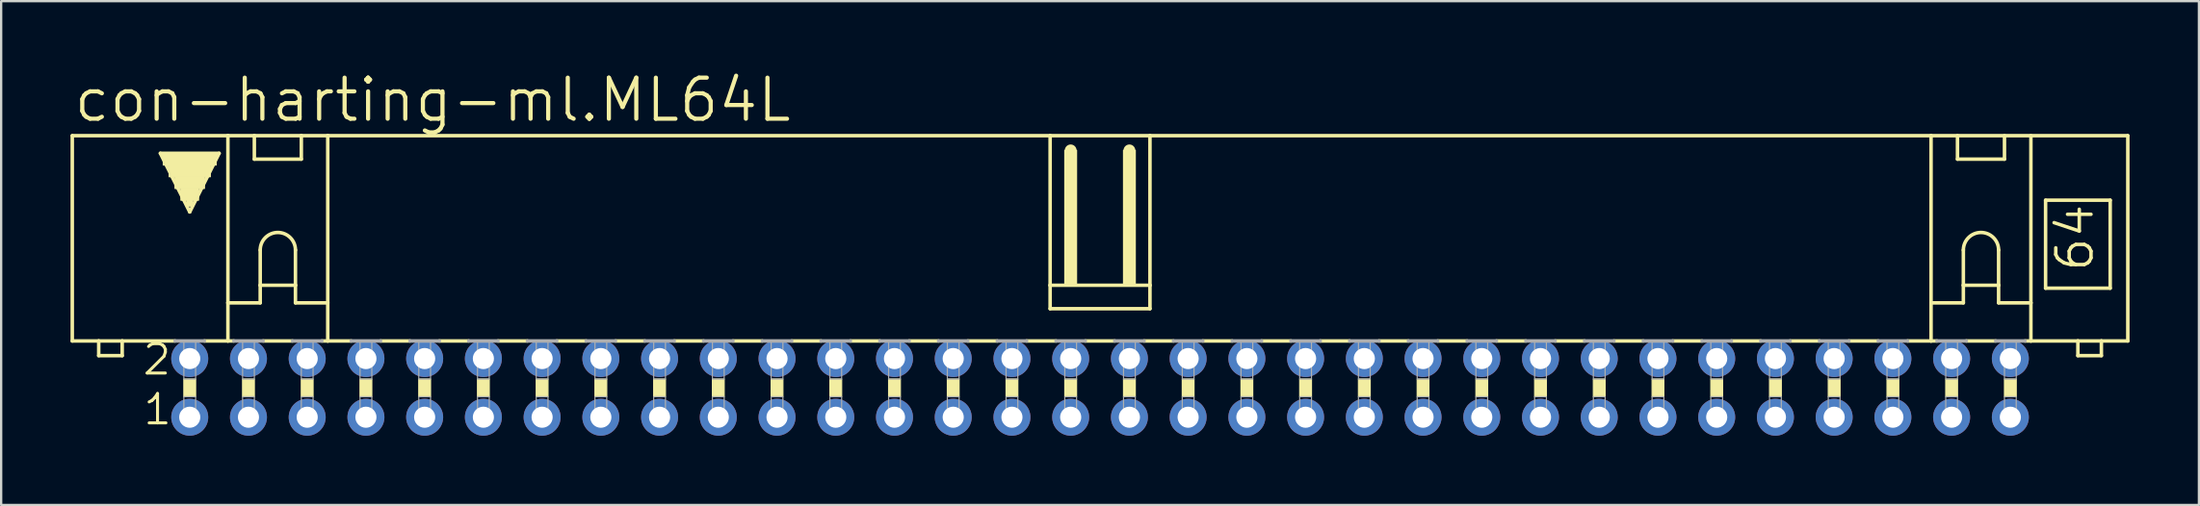
<source format=kicad_pcb>
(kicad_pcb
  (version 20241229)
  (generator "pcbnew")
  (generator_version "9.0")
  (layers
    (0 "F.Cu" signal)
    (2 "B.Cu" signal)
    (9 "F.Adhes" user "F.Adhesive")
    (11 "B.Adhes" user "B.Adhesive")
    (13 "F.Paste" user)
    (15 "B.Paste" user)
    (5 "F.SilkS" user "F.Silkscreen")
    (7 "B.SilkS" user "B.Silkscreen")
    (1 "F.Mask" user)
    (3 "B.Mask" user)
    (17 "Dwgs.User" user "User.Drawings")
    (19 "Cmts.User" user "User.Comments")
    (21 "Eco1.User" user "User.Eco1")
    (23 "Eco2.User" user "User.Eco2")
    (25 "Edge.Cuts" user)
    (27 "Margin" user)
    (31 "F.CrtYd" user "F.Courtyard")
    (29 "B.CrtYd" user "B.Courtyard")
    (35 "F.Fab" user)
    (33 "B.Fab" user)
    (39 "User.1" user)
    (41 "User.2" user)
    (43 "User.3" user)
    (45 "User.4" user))
  (footprint "con-harting-ml.ML64L"
    (layer "F.Cu")
    (at 44.526 13.748)
    (property "Reference" "con-harting-ml.ML64L" (at -44.475 -11.43 0) (layer "F.SilkS") (effects (font (size 1.778 1.778) (thickness 0.18)) (justify left bottom)))
    (attr through_hole)
    (fp_line (start -44.45 -2.032) (end -44.45 -10.922) (stroke (width 0.152) (type default)) (layer "F.SilkS"))
    (fp_line (start -44.45 -2.032) (end -43.307 -2.032) (stroke (width 0.152) (type default)) (layer "F.SilkS"))
    (fp_line (start -43.307 -2.032) (end -43.307 -1.397) (stroke (width 0.152) (type default)) (layer "F.SilkS"))
    (fp_line (start -43.307 -2.032) (end -42.291 -2.032) (stroke (width 0.152) (type default)) (layer "F.SilkS"))
    (fp_line (start -42.291 -2.032) (end -40.005 -2.032) (stroke (width 0.152) (type default)) (layer "F.SilkS"))
    (fp_line (start -42.291 -1.397) (end -43.307 -1.397) (stroke (width 0.152) (type default)) (layer "F.SilkS"))
    (fp_line (start -42.291 -1.397) (end -42.291 -2.032) (stroke (width 0.152) (type default)) (layer "F.SilkS"))
    (fp_line (start -40.64 -10.16) (end -38.1 -10.16) (stroke (width 0.152) (type default)) (layer "F.SilkS"))
    (fp_line (start -39.37 -7.62) (end -40.64 -10.16) (stroke (width 0.152) (type default)) (layer "F.SilkS"))
    (fp_line (start -38.735 -2.032) (end -37.719 -2.032) (stroke (width 0.152) (type default)) (layer "F.SilkS"))
    (fp_line (start -38.1 -10.16) (end -39.37 -7.62) (stroke (width 0.152) (type default)) (layer "F.SilkS"))
    (fp_line (start -37.719 -10.922) (end -44.45 -10.922) (stroke (width 0.152) (type default)) (layer "F.SilkS"))
    (fp_line (start -37.719 -10.922) (end -36.576 -10.922) (stroke (width 0.152) (type default)) (layer "F.SilkS"))
    (fp_line (start -37.719 -3.683) (end -37.719 -10.922) (stroke (width 0.152) (type default)) (layer "F.SilkS"))
    (fp_line (start -37.719 -3.683) (end -37.719 -2.032) (stroke (width 0.152) (type default)) (layer "F.SilkS"))
    (fp_line (start -37.719 -3.683) (end -36.322 -3.683) (stroke (width 0.152) (type default)) (layer "F.SilkS"))
    (fp_line (start -37.719 -2.032) (end -37.465 -2.032) (stroke (width 0.152) (type default)) (layer "F.SilkS"))
    (fp_line (start -36.576 -10.922) (end -34.544 -10.922) (stroke (width 0.152) (type default)) (layer "F.SilkS"))
    (fp_line (start -36.576 -9.906) (end -36.576 -10.922) (stroke (width 0.152) (type default)) (layer "F.SilkS"))
    (fp_line (start -36.576 -9.906) (end -34.544 -9.906) (stroke (width 0.152) (type default)) (layer "F.SilkS"))
    (fp_line (start -36.322 -5.969) (end -36.322 -4.445) (stroke (width 0.152) (type default)) (layer "F.SilkS"))
    (fp_line (start -36.322 -4.445) (end -36.322 -3.683) (stroke (width 0.152) (type default)) (layer "F.SilkS"))
    (fp_line (start -36.322 -4.445) (end -34.798 -4.445) (stroke (width 0.152) (type default)) (layer "F.SilkS"))
    (fp_line (start -36.195 -2.032) (end -34.925 -2.032) (stroke (width 0.152) (type default)) (layer "F.SilkS"))
    (fp_line (start -34.798 -5.969) (end -34.798 -4.445) (stroke (width 0.152) (type default)) (layer "F.SilkS"))
    (fp_line (start -34.798 -4.445) (end -34.798 -3.683) (stroke (width 0.152) (type default)) (layer "F.SilkS"))
    (fp_line (start -34.798 -3.683) (end -33.401 -3.683) (stroke (width 0.152) (type default)) (layer "F.SilkS"))
    (fp_line (start -34.544 -10.922) (end -34.544 -9.906) (stroke (width 0.152) (type default)) (layer "F.SilkS"))
    (fp_line (start -34.544 -10.922) (end -33.401 -10.922) (stroke (width 0.152) (type default)) (layer "F.SilkS"))
    (fp_line (start -33.401 -10.922) (end -2.159 -10.922) (stroke (width 0.152) (type default)) (layer "F.SilkS"))
    (fp_line (start -33.401 -3.683) (end -33.401 -10.922) (stroke (width 0.152) (type default)) (layer "F.SilkS"))
    (fp_line (start -33.401 -3.683) (end -33.401 -2.032) (stroke (width 0.152) (type default)) (layer "F.SilkS"))
    (fp_line (start -33.401 -2.032) (end -33.655 -2.032) (stroke (width 0.152) (type default)) (layer "F.SilkS"))
    (fp_line (start -33.401 -2.032) (end -32.385 -2.032) (stroke (width 0.152) (type default)) (layer "F.SilkS"))
    (fp_line (start -31.115 -2.032) (end -29.845 -2.032) (stroke (width 0.152) (type default)) (layer "F.SilkS"))
    (fp_line (start -28.575 -2.032) (end -27.305 -2.032) (stroke (width 0.152) (type default)) (layer "F.SilkS"))
    (fp_line (start -26.035 -2.032) (end -24.765 -2.032) (stroke (width 0.152) (type default)) (layer "F.SilkS"))
    (fp_line (start -23.495 -2.032) (end -22.225 -2.032) (stroke (width 0.152) (type default)) (layer "F.SilkS"))
    (fp_line (start -20.955 -2.032) (end -19.685 -2.032) (stroke (width 0.152) (type default)) (layer "F.SilkS"))
    (fp_line (start -18.415 -2.032) (end -17.145 -2.032) (stroke (width 0.152) (type default)) (layer "F.SilkS"))
    (fp_line (start -15.875 -2.032) (end -14.605 -2.032) (stroke (width 0.152) (type default)) (layer "F.SilkS"))
    (fp_line (start -13.335 -2.032) (end -12.065 -2.032) (stroke (width 0.152) (type default)) (layer "F.SilkS"))
    (fp_line (start -10.795 -2.032) (end -9.525 -2.032) (stroke (width 0.152) (type default)) (layer "F.SilkS"))
    (fp_line (start -8.255 -2.032) (end -6.985 -2.032) (stroke (width 0.152) (type default)) (layer "F.SilkS"))
    (fp_line (start -5.715 -2.032) (end -4.445 -2.032) (stroke (width 0.152) (type default)) (layer "F.SilkS"))
    (fp_line (start -3.175 -2.032) (end -1.905 -2.032) (stroke (width 0.152) (type default)) (layer "F.SilkS"))
    (fp_line (start -2.159 -10.922) (end -2.159 -4.445) (stroke (width 0.152) (type default)) (layer "F.SilkS"))
    (fp_line (start -2.159 -10.922) (end 2.159 -10.922) (stroke (width 0.152) (type default)) (layer "F.SilkS"))
    (fp_line (start -2.159 -4.445) (end -2.159 -3.429) (stroke (width 0.152) (type default)) (layer "F.SilkS"))
    (fp_line (start -1.27 -10.033) (end -1.27 -10.287) (stroke (width 0.508) (type default)) (layer "F.SilkS"))
    (fp_line (start -0.635 -2.032) (end 0.635 -2.032) (stroke (width 0.152) (type default)) (layer "F.SilkS"))
    (fp_line (start 1.27 -10.033) (end 1.27 -10.287) (stroke (width 0.508) (type default)) (layer "F.SilkS"))
    (fp_line (start 1.905 -2.032) (end 3.175 -2.032) (stroke (width 0.152) (type default)) (layer "F.SilkS"))
    (fp_line (start 2.159 -10.922) (end 2.159 -4.445) (stroke (width 0.152) (type default)) (layer "F.SilkS"))
    (fp_line (start 2.159 -10.922) (end 35.941 -10.922) (stroke (width 0.152) (type default)) (layer "F.SilkS"))
    (fp_line (start 2.159 -4.445) (end -2.159 -4.445) (stroke (width 0.152) (type default)) (layer "F.SilkS"))
    (fp_line (start 2.159 -4.445) (end 2.159 -3.429) (stroke (width 0.152) (type default)) (layer "F.SilkS"))
    (fp_line (start 2.159 -3.429) (end -2.159 -3.429) (stroke (width 0.152) (type default)) (layer "F.SilkS"))
    (fp_line (start 4.445 -2.032) (end 5.715 -2.032) (stroke (width 0.152) (type default)) (layer "F.SilkS"))
    (fp_line (start 6.985 -2.032) (end 8.255 -2.032) (stroke (width 0.152) (type default)) (layer "F.SilkS"))
    (fp_line (start 9.525 -2.032) (end 10.795 -2.032) (stroke (width 0.152) (type default)) (layer "F.SilkS"))
    (fp_line (start 12.065 -2.032) (end 13.335 -2.032) (stroke (width 0.152) (type default)) (layer "F.SilkS"))
    (fp_line (start 14.605 -2.032) (end 15.875 -2.032) (stroke (width 0.152) (type default)) (layer "F.SilkS"))
    (fp_line (start 17.145 -2.032) (end 18.415 -2.032) (stroke (width 0.152) (type default)) (layer "F.SilkS"))
    (fp_line (start 19.685 -2.032) (end 20.955 -2.032) (stroke (width 0.152) (type default)) (layer "F.SilkS"))
    (fp_line (start 22.225 -2.032) (end 23.495 -2.032) (stroke (width 0.152) (type default)) (layer "F.SilkS"))
    (fp_line (start 24.765 -2.032) (end 26.035 -2.032) (stroke (width 0.152) (type default)) (layer "F.SilkS"))
    (fp_line (start 27.305 -2.032) (end 28.575 -2.032) (stroke (width 0.152) (type default)) (layer "F.SilkS"))
    (fp_line (start 29.845 -2.032) (end 31.115 -2.032) (stroke (width 0.152) (type default)) (layer "F.SilkS"))
    (fp_line (start 32.385 -2.032) (end 33.655 -2.032) (stroke (width 0.152) (type default)) (layer "F.SilkS"))
    (fp_line (start 34.925 -2.032) (end 35.941 -2.032) (stroke (width 0.152) (type default)) (layer "F.SilkS"))
    (fp_line (start 35.941 -10.922) (end 44.45 -10.922) (stroke (width 0.152) (type default)) (layer "F.SilkS"))
    (fp_line (start 35.941 -3.683) (end 35.941 -10.922) (stroke (width 0.152) (type default)) (layer "F.SilkS"))
    (fp_line (start 35.941 -3.683) (end 35.941 -2.032) (stroke (width 0.152) (type default)) (layer "F.SilkS"))
    (fp_line (start 35.941 -3.683) (end 37.338 -3.683) (stroke (width 0.152) (type default)) (layer "F.SilkS"))
    (fp_line (start 35.941 -2.032) (end 36.195 -2.032) (stroke (width 0.152) (type default)) (layer "F.SilkS"))
    (fp_line (start 37.084 -9.906) (end 37.084 -10.922) (stroke (width 0.152) (type default)) (layer "F.SilkS"))
    (fp_line (start 37.084 -9.906) (end 39.116 -9.906) (stroke (width 0.152) (type default)) (layer "F.SilkS"))
    (fp_line (start 37.338 -5.969) (end 37.338 -4.445) (stroke (width 0.152) (type default)) (layer "F.SilkS"))
    (fp_line (start 37.338 -4.445) (end 37.338 -3.683) (stroke (width 0.152) (type default)) (layer "F.SilkS"))
    (fp_line (start 37.338 -4.445) (end 38.862 -4.445) (stroke (width 0.152) (type default)) (layer "F.SilkS"))
    (fp_line (start 37.465 -2.032) (end 38.735 -2.032) (stroke (width 0.152) (type default)) (layer "F.SilkS"))
    (fp_line (start 38.862 -5.969) (end 38.862 -4.445) (stroke (width 0.152) (type default)) (layer "F.SilkS"))
    (fp_line (start 38.862 -4.445) (end 38.862 -3.683) (stroke (width 0.152) (type default)) (layer "F.SilkS"))
    (fp_line (start 38.862 -3.683) (end 40.259 -3.683) (stroke (width 0.152) (type default)) (layer "F.SilkS"))
    (fp_line (start 39.116 -10.922) (end 39.116 -9.906) (stroke (width 0.152) (type default)) (layer "F.SilkS"))
    (fp_line (start 40.259 -3.683) (end 40.259 -10.922) (stroke (width 0.152) (type default)) (layer "F.SilkS"))
    (fp_line (start 40.259 -3.683) (end 40.259 -2.032) (stroke (width 0.152) (type default)) (layer "F.SilkS"))
    (fp_line (start 40.259 -2.032) (end 40.005 -2.032) (stroke (width 0.152) (type default)) (layer "F.SilkS"))
    (fp_line (start 40.894 -8.128) (end 40.894 -4.318) (stroke (width 0.152) (type default)) (layer "F.SilkS"))
    (fp_line (start 40.894 -8.128) (end 43.688 -8.128) (stroke (width 0.152) (type default)) (layer "F.SilkS"))
    (fp_line (start 40.894 -4.318) (end 43.688 -4.318) (stroke (width 0.152) (type default)) (layer "F.SilkS"))
    (fp_line (start 42.291 -2.032) (end 40.259 -2.032) (stroke (width 0.152) (type default)) (layer "F.SilkS"))
    (fp_line (start 42.291 -2.032) (end 42.291 -1.397) (stroke (width 0.152) (type default)) (layer "F.SilkS"))
    (fp_line (start 43.307 -2.032) (end 42.291 -2.032) (stroke (width 0.152) (type default)) (layer "F.SilkS"))
    (fp_line (start 43.307 -1.397) (end 42.291 -1.397) (stroke (width 0.152) (type default)) (layer "F.SilkS"))
    (fp_line (start 43.307 -1.397) (end 43.307 -2.032) (stroke (width 0.152) (type default)) (layer "F.SilkS"))
    (fp_line (start 43.688 -4.318) (end 43.688 -8.128) (stroke (width 0.152) (type default)) (layer "F.SilkS"))
    (fp_line (start 44.45 -2.032) (end 43.307 -2.032) (stroke (width 0.152) (type default)) (layer "F.SilkS"))
    (fp_line (start 44.45 -2.032) (end 44.45 -10.922) (stroke (width 0.152) (type default)) (layer "F.SilkS"))
    (fp_rect (start -40.513 -9.652) (end -38.227 -10.16) (stroke (width 0.05) (type default)) (fill yes) (layer "F.SilkS"))
    (fp_rect (start -40.259 -9.144) (end -38.481 -9.652) (stroke (width 0.05) (type default)) (fill yes) (layer "F.SilkS"))
    (fp_rect (start -40.005 -8.636) (end -38.735 -9.144) (stroke (width 0.05) (type default)) (fill yes) (layer "F.SilkS"))
    (fp_rect (start -39.751 -8.128) (end -38.989 -8.636) (stroke (width 0.05) (type default)) (fill yes) (layer "F.SilkS"))
    (fp_rect (start -39.624 0.381) (end -39.116 -0.381) (stroke (width 0.05) (type default)) (fill yes) (layer "F.SilkS"))
    (fp_rect (start -39.497 -7.874) (end -39.243 -8.128) (stroke (width 0.05) (type default)) (fill yes) (layer "F.SilkS"))
    (fp_rect (start -37.084 0.381) (end -36.576 -0.381) (stroke (width 0.05) (type default)) (fill yes) (layer "F.SilkS"))
    (fp_rect (start -34.544 0.381) (end -34.036 -0.381) (stroke (width 0.05) (type default)) (fill yes) (layer "F.SilkS"))
    (fp_rect (start -32.004 0.381) (end -31.496 -0.381) (stroke (width 0.05) (type default)) (fill yes) (layer "F.SilkS"))
    (fp_rect (start -29.464 0.381) (end -28.956 -0.381) (stroke (width 0.05) (type default)) (fill yes) (layer "F.SilkS"))
    (fp_rect (start -26.924 0.381) (end -26.416 -0.381) (stroke (width 0.05) (type default)) (fill yes) (layer "F.SilkS"))
    (fp_rect (start -24.384 0.381) (end -23.876 -0.381) (stroke (width 0.05) (type default)) (fill yes) (layer "F.SilkS"))
    (fp_rect (start -21.844 0.381) (end -21.336 -0.381) (stroke (width 0.05) (type default)) (fill yes) (layer "F.SilkS"))
    (fp_rect (start -19.304 0.381) (end -18.796 -0.381) (stroke (width 0.05) (type default)) (fill yes) (layer "F.SilkS"))
    (fp_rect (start -16.764 0.381) (end -16.256 -0.381) (stroke (width 0.05) (type default)) (fill yes) (layer "F.SilkS"))
    (fp_rect (start -14.224 0.381) (end -13.716 -0.381) (stroke (width 0.05) (type default)) (fill yes) (layer "F.SilkS"))
    (fp_rect (start -11.684 0.381) (end -11.176 -0.381) (stroke (width 0.05) (type default)) (fill yes) (layer "F.SilkS"))
    (fp_rect (start -9.144 0.381) (end -8.636 -0.381) (stroke (width 0.05) (type default)) (fill yes) (layer "F.SilkS"))
    (fp_rect (start -6.604 0.381) (end -6.096 -0.381) (stroke (width 0.05) (type default)) (fill yes) (layer "F.SilkS"))
    (fp_rect (start -4.064 0.381) (end -3.556 -0.381) (stroke (width 0.05) (type default)) (fill yes) (layer "F.SilkS"))
    (fp_rect (start -1.524 -4.445) (end -1.016 -10.287) (stroke (width 0.05) (type default)) (fill yes) (layer "F.SilkS"))
    (fp_rect (start -1.524 0.381) (end -1.016 -0.381) (stroke (width 0.05) (type default)) (fill yes) (layer "F.SilkS"))
    (fp_rect (start 1.016 -4.445) (end 1.524 -10.287) (stroke (width 0.05) (type default)) (fill yes) (layer "F.SilkS"))
    (fp_rect (start 1.016 0.381) (end 1.524 -0.381) (stroke (width 0.05) (type default)) (fill yes) (layer "F.SilkS"))
    (fp_rect (start 3.556 0.381) (end 4.064 -0.381) (stroke (width 0.05) (type default)) (fill yes) (layer "F.SilkS"))
    (fp_rect (start 6.096 0.381) (end 6.604 -0.381) (stroke (width 0.05) (type default)) (fill yes) (layer "F.SilkS"))
    (fp_rect (start 8.636 0.381) (end 9.144 -0.381) (stroke (width 0.05) (type default)) (fill yes) (layer "F.SilkS"))
    (fp_rect (start 11.176 0.381) (end 11.684 -0.381) (stroke (width 0.05) (type default)) (fill yes) (layer "F.SilkS"))
    (fp_rect (start 13.716 0.381) (end 14.224 -0.381) (stroke (width 0.05) (type default)) (fill yes) (layer "F.SilkS"))
    (fp_rect (start 16.256 0.381) (end 16.764 -0.381) (stroke (width 0.05) (type default)) (fill yes) (layer "F.SilkS"))
    (fp_rect (start 18.796 0.381) (end 19.304 -0.381) (stroke (width 0.05) (type default)) (fill yes) (layer "F.SilkS"))
    (fp_rect (start 21.336 0.381) (end 21.844 -0.381) (stroke (width 0.05) (type default)) (fill yes) (layer "F.SilkS"))
    (fp_rect (start 23.876 0.381) (end 24.384 -0.381) (stroke (width 0.05) (type default)) (fill yes) (layer "F.SilkS"))
    (fp_rect (start 26.416 0.381) (end 26.924 -0.381) (stroke (width 0.05) (type default)) (fill yes) (layer "F.SilkS"))
    (fp_rect (start 28.956 0.381) (end 29.464 -0.381) (stroke (width 0.05) (type default)) (fill yes) (layer "F.SilkS"))
    (fp_rect (start 31.496 0.381) (end 32.004 -0.381) (stroke (width 0.05) (type default)) (fill yes) (layer "F.SilkS"))
    (fp_rect (start 34.036 0.381) (end 34.544 -0.381) (stroke (width 0.05) (type default)) (fill yes) (layer "F.SilkS"))
    (fp_rect (start 36.576 0.381) (end 37.084 -0.381) (stroke (width 0.05) (type default)) (fill yes) (layer "F.SilkS"))
    (fp_rect (start 39.116 0.381) (end 39.624 -0.381) (stroke (width 0.05) (type default)) (fill yes) (layer "F.SilkS"))
    (fp_arc (start -36.322 -5.969) (mid -35.56 -6.731) (end -34.798 -5.969) (stroke (width 0.1524) (type default)) (layer "F.SilkS"))
    (fp_arc (start 37.338 -5.969) (mid 38.1 -6.731) (end 38.862 -5.969) (stroke (width 0.1524) (type default)) (layer "F.SilkS"))
    (fp_line (start -40.005 -2.032) (end -38.735 -2.032) (stroke (width 0.152) (type default)) (layer "F.Fab"))
    (fp_line (start -37.465 -2.032) (end -36.195 -2.032) (stroke (width 0.152) (type default)) (layer "F.Fab"))
    (fp_line (start -34.925 -2.032) (end -33.655 -2.032) (stroke (width 0.152) (type default)) (layer "F.Fab"))
    (fp_line (start -32.385 -2.032) (end -31.115 -2.032) (stroke (width 0.152) (type default)) (layer "F.Fab"))
    (fp_line (start -29.845 -2.032) (end -28.575 -2.032) (stroke (width 0.152) (type default)) (layer "F.Fab"))
    (fp_line (start -27.305 -2.032) (end -26.035 -2.032) (stroke (width 0.152) (type default)) (layer "F.Fab"))
    (fp_line (start -24.765 -2.032) (end -23.495 -2.032) (stroke (width 0.152) (type default)) (layer "F.Fab"))
    (fp_line (start -22.225 -2.032) (end -20.955 -2.032) (stroke (width 0.152) (type default)) (layer "F.Fab"))
    (fp_line (start -19.685 -2.032) (end -18.415 -2.032) (stroke (width 0.152) (type default)) (layer "F.Fab"))
    (fp_line (start -17.145 -2.032) (end -15.875 -2.032) (stroke (width 0.152) (type default)) (layer "F.Fab"))
    (fp_line (start -14.605 -2.032) (end -13.335 -2.032) (stroke (width 0.152) (type default)) (layer "F.Fab"))
    (fp_line (start -12.065 -2.032) (end -10.795 -2.032) (stroke (width 0.152) (type default)) (layer "F.Fab"))
    (fp_line (start -9.525 -2.032) (end -8.255 -2.032) (stroke (width 0.152) (type default)) (layer "F.Fab"))
    (fp_line (start -6.985 -2.032) (end -5.715 -2.032) (stroke (width 0.152) (type default)) (layer "F.Fab"))
    (fp_line (start -4.445 -2.032) (end -3.175 -2.032) (stroke (width 0.152) (type default)) (layer "F.Fab"))
    (fp_line (start -1.905 -2.032) (end -0.635 -2.032) (stroke (width 0.152) (type default)) (layer "F.Fab"))
    (fp_line (start 0.635 -2.032) (end 1.905 -2.032) (stroke (width 0.152) (type default)) (layer "F.Fab"))
    (fp_line (start 4.445 -2.032) (end 3.175 -2.032) (stroke (width 0.152) (type default)) (layer "F.Fab"))
    (fp_line (start 6.985 -2.032) (end 5.715 -2.032) (stroke (width 0.152) (type default)) (layer "F.Fab"))
    (fp_line (start 9.525 -2.032) (end 8.255 -2.032) (stroke (width 0.152) (type default)) (layer "F.Fab"))
    (fp_line (start 12.065 -2.032) (end 10.795 -2.032) (stroke (width 0.152) (type default)) (layer "F.Fab"))
    (fp_line (start 14.605 -2.032) (end 13.335 -2.032) (stroke (width 0.152) (type default)) (layer "F.Fab"))
    (fp_line (start 17.145 -2.032) (end 15.875 -2.032) (stroke (width 0.152) (type default)) (layer "F.Fab"))
    (fp_line (start 19.685 -2.032) (end 18.415 -2.032) (stroke (width 0.152) (type default)) (layer "F.Fab"))
    (fp_line (start 22.225 -2.032) (end 20.955 -2.032) (stroke (width 0.152) (type default)) (layer "F.Fab"))
    (fp_line (start 24.765 -2.032) (end 23.495 -2.032) (stroke (width 0.152) (type default)) (layer "F.Fab"))
    (fp_line (start 27.305 -2.032) (end 26.035 -2.032) (stroke (width 0.152) (type default)) (layer "F.Fab"))
    (fp_line (start 29.845 -2.032) (end 28.575 -2.032) (stroke (width 0.152) (type default)) (layer "F.Fab"))
    (fp_line (start 32.385 -2.032) (end 31.115 -2.032) (stroke (width 0.152) (type default)) (layer "F.Fab"))
    (fp_line (start 34.925 -2.032) (end 33.655 -2.032) (stroke (width 0.152) (type default)) (layer "F.Fab"))
    (fp_line (start 37.465 -2.032) (end 36.195 -2.032) (stroke (width 0.152) (type default)) (layer "F.Fab"))
    (fp_line (start 40.005 -2.032) (end 38.735 -2.032) (stroke (width 0.152) (type default)) (layer "F.Fab"))
    (fp_rect (start -39.624 -0.381) (end -39.116 -2.032) (stroke (width 0.05) (type default)) (fill no) (layer "F.Fab"))
    (fp_rect (start -39.624 1.524) (end -39.116 0.381) (stroke (width 0.05) (type default)) (fill no) (layer "F.Fab"))
    (fp_rect (start -37.084 -0.381) (end -36.576 -2.032) (stroke (width 0.05) (type default)) (fill no) (layer "F.Fab"))
    (fp_rect (start -37.084 1.524) (end -36.576 0.381) (stroke (width 0.05) (type default)) (fill no) (layer "F.Fab"))
    (fp_rect (start -34.544 -0.381) (end -34.036 -2.032) (stroke (width 0.05) (type default)) (fill no) (layer "F.Fab"))
    (fp_rect (start -34.544 1.524) (end -34.036 0.381) (stroke (width 0.05) (type default)) (fill no) (layer "F.Fab"))
    (fp_rect (start -32.004 -0.381) (end -31.496 -2.032) (stroke (width 0.05) (type default)) (fill no) (layer "F.Fab"))
    (fp_rect (start -32.004 1.524) (end -31.496 0.381) (stroke (width 0.05) (type default)) (fill no) (layer "F.Fab"))
    (fp_rect (start -29.464 -0.381) (end -28.956 -2.032) (stroke (width 0.05) (type default)) (fill no) (layer "F.Fab"))
    (fp_rect (start -29.464 1.524) (end -28.956 0.381) (stroke (width 0.05) (type default)) (fill no) (layer "F.Fab"))
    (fp_rect (start -26.924 -0.381) (end -26.416 -2.032) (stroke (width 0.05) (type default)) (fill no) (layer "F.Fab"))
    (fp_rect (start -26.924 1.524) (end -26.416 0.381) (stroke (width 0.05) (type default)) (fill no) (layer "F.Fab"))
    (fp_rect (start -24.384 -0.381) (end -23.876 -2.032) (stroke (width 0.05) (type default)) (fill no) (layer "F.Fab"))
    (fp_rect (start -24.384 1.524) (end -23.876 0.381) (stroke (width 0.05) (type default)) (fill no) (layer "F.Fab"))
    (fp_rect (start -21.844 -0.381) (end -21.336 -2.032) (stroke (width 0.05) (type default)) (fill no) (layer "F.Fab"))
    (fp_rect (start -21.844 1.524) (end -21.336 0.381) (stroke (width 0.05) (type default)) (fill no) (layer "F.Fab"))
    (fp_rect (start -19.304 -0.381) (end -18.796 -2.032) (stroke (width 0.05) (type default)) (fill no) (layer "F.Fab"))
    (fp_rect (start -19.304 1.524) (end -18.796 0.381) (stroke (width 0.05) (type default)) (fill no) (layer "F.Fab"))
    (fp_rect (start -16.764 -0.381) (end -16.256 -2.032) (stroke (width 0.05) (type default)) (fill no) (layer "F.Fab"))
    (fp_rect (start -16.764 1.524) (end -16.256 0.381) (stroke (width 0.05) (type default)) (fill no) (layer "F.Fab"))
    (fp_rect (start -14.224 -0.381) (end -13.716 -2.032) (stroke (width 0.05) (type default)) (fill no) (layer "F.Fab"))
    (fp_rect (start -14.224 1.524) (end -13.716 0.381) (stroke (width 0.05) (type default)) (fill no) (layer "F.Fab"))
    (fp_rect (start -11.684 -0.381) (end -11.176 -2.032) (stroke (width 0.05) (type default)) (fill no) (layer "F.Fab"))
    (fp_rect (start -11.684 1.524) (end -11.176 0.381) (stroke (width 0.05) (type default)) (fill no) (layer "F.Fab"))
    (fp_rect (start -9.144 -0.381) (end -8.636 -2.032) (stroke (width 0.05) (type default)) (fill no) (layer "F.Fab"))
    (fp_rect (start -9.144 1.524) (end -8.636 0.381) (stroke (width 0.05) (type default)) (fill no) (layer "F.Fab"))
    (fp_rect (start -6.604 -0.381) (end -6.096 -2.032) (stroke (width 0.05) (type default)) (fill no) (layer "F.Fab"))
    (fp_rect (start -6.604 1.524) (end -6.096 0.381) (stroke (width 0.05) (type default)) (fill no) (layer "F.Fab"))
    (fp_rect (start -4.064 -0.381) (end -3.556 -2.032) (stroke (width 0.05) (type default)) (fill no) (layer "F.Fab"))
    (fp_rect (start -4.064 1.524) (end -3.556 0.381) (stroke (width 0.05) (type default)) (fill no) (layer "F.Fab"))
    (fp_rect (start -1.524 -0.381) (end -1.016 -2.032) (stroke (width 0.05) (type default)) (fill no) (layer "F.Fab"))
    (fp_rect (start -1.524 1.524) (end -1.016 0.381) (stroke (width 0.05) (type default)) (fill no) (layer "F.Fab"))
    (fp_rect (start 1.016 -0.381) (end 1.524 -2.032) (stroke (width 0.05) (type default)) (fill no) (layer "F.Fab"))
    (fp_rect (start 1.016 1.524) (end 1.524 0.381) (stroke (width 0.05) (type default)) (fill no) (layer "F.Fab"))
    (fp_rect (start 3.556 -0.381) (end 4.064 -2.032) (stroke (width 0.05) (type default)) (fill no) (layer "F.Fab"))
    (fp_rect (start 3.556 1.524) (end 4.064 0.381) (stroke (width 0.05) (type default)) (fill no) (layer "F.Fab"))
    (fp_rect (start 6.096 -0.381) (end 6.604 -2.032) (stroke (width 0.05) (type default)) (fill no) (layer "F.Fab"))
    (fp_rect (start 6.096 1.524) (end 6.604 0.381) (stroke (width 0.05) (type default)) (fill no) (layer "F.Fab"))
    (fp_rect (start 8.636 -0.381) (end 9.144 -2.032) (stroke (width 0.05) (type default)) (fill no) (layer "F.Fab"))
    (fp_rect (start 8.636 1.524) (end 9.144 0.381) (stroke (width 0.05) (type default)) (fill no) (layer "F.Fab"))
    (fp_rect (start 11.176 -0.381) (end 11.684 -2.032) (stroke (width 0.05) (type default)) (fill no) (layer "F.Fab"))
    (fp_rect (start 11.176 1.524) (end 11.684 0.381) (stroke (width 0.05) (type default)) (fill no) (layer "F.Fab"))
    (fp_rect (start 13.716 -0.381) (end 14.224 -2.032) (stroke (width 0.05) (type default)) (fill no) (layer "F.Fab"))
    (fp_rect (start 13.716 1.524) (end 14.224 0.381) (stroke (width 0.05) (type default)) (fill no) (layer "F.Fab"))
    (fp_rect (start 16.256 -0.381) (end 16.764 -2.032) (stroke (width 0.05) (type default)) (fill no) (layer "F.Fab"))
    (fp_rect (start 16.256 1.524) (end 16.764 0.381) (stroke (width 0.05) (type default)) (fill no) (layer "F.Fab"))
    (fp_rect (start 18.796 -0.381) (end 19.304 -2.032) (stroke (width 0.05) (type default)) (fill no) (layer "F.Fab"))
    (fp_rect (start 18.796 1.524) (end 19.304 0.381) (stroke (width 0.05) (type default)) (fill no) (layer "F.Fab"))
    (fp_rect (start 21.336 -0.381) (end 21.844 -2.032) (stroke (width 0.05) (type default)) (fill no) (layer "F.Fab"))
    (fp_rect (start 21.336 1.524) (end 21.844 0.381) (stroke (width 0.05) (type default)) (fill no) (layer "F.Fab"))
    (fp_rect (start 23.876 -0.381) (end 24.384 -2.032) (stroke (width 0.05) (type default)) (fill no) (layer "F.Fab"))
    (fp_rect (start 23.876 1.524) (end 24.384 0.381) (stroke (width 0.05) (type default)) (fill no) (layer "F.Fab"))
    (fp_rect (start 26.416 -0.381) (end 26.924 -2.032) (stroke (width 0.05) (type default)) (fill no) (layer "F.Fab"))
    (fp_rect (start 26.416 1.524) (end 26.924 0.381) (stroke (width 0.05) (type default)) (fill no) (layer "F.Fab"))
    (fp_rect (start 28.956 -0.381) (end 29.464 -2.032) (stroke (width 0.05) (type default)) (fill no) (layer "F.Fab"))
    (fp_rect (start 28.956 1.524) (end 29.464 0.381) (stroke (width 0.05) (type default)) (fill no) (layer "F.Fab"))
    (fp_rect (start 31.496 -0.381) (end 32.004 -2.032) (stroke (width 0.05) (type default)) (fill no) (layer "F.Fab"))
    (fp_rect (start 31.496 1.524) (end 32.004 0.381) (stroke (width 0.05) (type default)) (fill no) (layer "F.Fab"))
    (fp_rect (start 34.036 -0.381) (end 34.544 -2.032) (stroke (width 0.05) (type default)) (fill no) (layer "F.Fab"))
    (fp_rect (start 34.036 1.524) (end 34.544 0.381) (stroke (width 0.05) (type default)) (fill no) (layer "F.Fab"))
    (fp_rect (start 36.576 -0.381) (end 37.084 -2.032) (stroke (width 0.05) (type default)) (fill no) (layer "F.Fab"))
    (fp_rect (start 36.576 1.524) (end 37.084 0.381) (stroke (width 0.05) (type default)) (fill no) (layer "F.Fab"))
    (fp_rect (start 39.116 -0.381) (end 39.624 -2.032) (stroke (width 0.05) (type default)) (fill no) (layer "F.Fab"))
    (fp_rect (start 39.116 1.524) (end 39.624 0.381) (stroke (width 0.05) (type default)) (fill no) (layer "F.Fab"))
    (fp_text user "2" (at -41.478 -0.483 0) (layer "F.SilkS") (effects (font (size 1.27 1.27) (thickness 0.13)) (justify left bottom)))
    (fp_text user "64" (at 43.053 -4.953 90) (layer "F.SilkS") (effects (font (size 1.524 1.524) (thickness 0.15)) (justify left bottom)))
    (fp_text user "1" (at -41.453 1.676 0) (layer "F.SilkS") (effects (font (size 1.27 1.27) (thickness 0.13)) (justify left bottom)))
    (pad "1" thru_hole circle (at -39.37 1.27) (size 1.6 1.6) (drill 0.914) (layers "*.Cu" "*.Mask"))
    (pad "2" thru_hole circle (at -39.37 -1.27) (size 1.6 1.6) (drill 0.914) (layers "*.Cu" "*.Mask"))
    (pad "3" thru_hole circle (at -36.83 1.27) (size 1.6 1.6) (drill 0.914) (layers "*.Cu" "*.Mask"))
    (pad "4" thru_hole circle (at -36.83 -1.27) (size 1.6 1.6) (drill 0.914) (layers "*.Cu" "*.Mask"))
    (pad "5" thru_hole circle (at -34.29 1.27) (size 1.6 1.6) (drill 0.914) (layers "*.Cu" "*.Mask"))
    (pad "6" thru_hole circle (at -34.29 -1.27) (size 1.6 1.6) (drill 0.914) (layers "*.Cu" "*.Mask"))
    (pad "7" thru_hole circle (at -31.75 1.27) (size 1.6 1.6) (drill 0.914) (layers "*.Cu" "*.Mask"))
    (pad "8" thru_hole circle (at -31.75 -1.27) (size 1.6 1.6) (drill 0.914) (layers "*.Cu" "*.Mask"))
    (pad "9" thru_hole circle (at -29.21 1.27) (size 1.6 1.6) (drill 0.914) (layers "*.Cu" "*.Mask"))
    (pad "10" thru_hole circle (at -29.21 -1.27) (size 1.6 1.6) (drill 0.914) (layers "*.Cu" "*.Mask"))
    (pad "11" thru_hole circle (at -26.67 1.27) (size 1.6 1.6) (drill 0.914) (layers "*.Cu" "*.Mask"))
    (pad "12" thru_hole circle (at -26.67 -1.27) (size 1.6 1.6) (drill 0.914) (layers "*.Cu" "*.Mask"))
    (pad "13" thru_hole circle (at -24.13 1.27) (size 1.6 1.6) (drill 0.914) (layers "*.Cu" "*.Mask"))
    (pad "14" thru_hole circle (at -24.13 -1.27) (size 1.6 1.6) (drill 0.914) (layers "*.Cu" "*.Mask"))
    (pad "15" thru_hole circle (at -21.59 1.27) (size 1.6 1.6) (drill 0.914) (layers "*.Cu" "*.Mask"))
    (pad "16" thru_hole circle (at -21.59 -1.27) (size 1.6 1.6) (drill 0.914) (layers "*.Cu" "*.Mask"))
    (pad "17" thru_hole circle (at -19.05 1.27) (size 1.6 1.6) (drill 0.914) (layers "*.Cu" "*.Mask"))
    (pad "18" thru_hole circle (at -19.05 -1.27) (size 1.6 1.6) (drill 0.914) (layers "*.Cu" "*.Mask"))
    (pad "19" thru_hole circle (at -16.51 1.27) (size 1.6 1.6) (drill 0.914) (layers "*.Cu" "*.Mask"))
    (pad "20" thru_hole circle (at -16.51 -1.27) (size 1.6 1.6) (drill 0.914) (layers "*.Cu" "*.Mask"))
    (pad "21" thru_hole circle (at -13.97 1.27) (size 1.6 1.6) (drill 0.914) (layers "*.Cu" "*.Mask"))
    (pad "22" thru_hole circle (at -13.97 -1.27) (size 1.6 1.6) (drill 0.914) (layers "*.Cu" "*.Mask"))
    (pad "23" thru_hole circle (at -11.43 1.27) (size 1.6 1.6) (drill 0.914) (layers "*.Cu" "*.Mask"))
    (pad "24" thru_hole circle (at -11.43 -1.27) (size 1.6 1.6) (drill 0.914) (layers "*.Cu" "*.Mask"))
    (pad "25" thru_hole circle (at -8.89 1.27) (size 1.6 1.6) (drill 0.914) (layers "*.Cu" "*.Mask"))
    (pad "26" thru_hole circle (at -8.89 -1.27) (size 1.6 1.6) (drill 0.914) (layers "*.Cu" "*.Mask"))
    (pad "27" thru_hole circle (at -6.35 1.27) (size 1.6 1.6) (drill 0.914) (layers "*.Cu" "*.Mask"))
    (pad "28" thru_hole circle (at -6.35 -1.27) (size 1.6 1.6) (drill 0.914) (layers "*.Cu" "*.Mask"))
    (pad "29" thru_hole circle (at -3.81 1.27) (size 1.6 1.6) (drill 0.914) (layers "*.Cu" "*.Mask"))
    (pad "30" thru_hole circle (at -3.81 -1.27) (size 1.6 1.6) (drill 0.914) (layers "*.Cu" "*.Mask"))
    (pad "31" thru_hole circle (at -1.27 1.27) (size 1.6 1.6) (drill 0.914) (layers "*.Cu" "*.Mask"))
    (pad "32" thru_hole circle (at -1.27 -1.27) (size 1.6 1.6) (drill 0.914) (layers "*.Cu" "*.Mask"))
    (pad "33" thru_hole circle (at 1.27 1.27) (size 1.6 1.6) (drill 0.914) (layers "*.Cu" "*.Mask"))
    (pad "34" thru_hole circle (at 1.27 -1.27) (size 1.6 1.6) (drill 0.914) (layers "*.Cu" "*.Mask"))
    (pad "35" thru_hole circle (at 3.81 1.27) (size 1.6 1.6) (drill 0.914) (layers "*.Cu" "*.Mask"))
    (pad "36" thru_hole circle (at 3.81 -1.27) (size 1.6 1.6) (drill 0.914) (layers "*.Cu" "*.Mask"))
    (pad "37" thru_hole circle (at 6.35 1.27) (size 1.6 1.6) (drill 0.914) (layers "*.Cu" "*.Mask"))
    (pad "38" thru_hole circle (at 6.35 -1.27) (size 1.6 1.6) (drill 0.914) (layers "*.Cu" "*.Mask"))
    (pad "39" thru_hole circle (at 8.89 1.27) (size 1.6 1.6) (drill 0.914) (layers "*.Cu" "*.Mask"))
    (pad "40" thru_hole circle (at 8.89 -1.27) (size 1.6 1.6) (drill 0.914) (layers "*.Cu" "*.Mask"))
    (pad "41" thru_hole circle (at 11.43 1.27) (size 1.6 1.6) (drill 0.914) (layers "*.Cu" "*.Mask"))
    (pad "42" thru_hole circle (at 11.43 -1.27) (size 1.6 1.6) (drill 0.914) (layers "*.Cu" "*.Mask"))
    (pad "43" thru_hole circle (at 13.97 1.27) (size 1.6 1.6) (drill 0.914) (layers "*.Cu" "*.Mask"))
    (pad "44" thru_hole circle (at 13.97 -1.27) (size 1.6 1.6) (drill 0.914) (layers "*.Cu" "*.Mask"))
    (pad "45" thru_hole circle (at 16.51 1.27) (size 1.6 1.6) (drill 0.914) (layers "*.Cu" "*.Mask"))
    (pad "46" thru_hole circle (at 16.51 -1.27) (size 1.6 1.6) (drill 0.914) (layers "*.Cu" "*.Mask"))
    (pad "47" thru_hole circle (at 19.05 1.27) (size 1.6 1.6) (drill 0.914) (layers "*.Cu" "*.Mask"))
    (pad "48" thru_hole circle (at 19.05 -1.27) (size 1.6 1.6) (drill 0.914) (layers "*.Cu" "*.Mask"))
    (pad "49" thru_hole circle (at 21.59 1.27) (size 1.6 1.6) (drill 0.914) (layers "*.Cu" "*.Mask"))
    (pad "50" thru_hole circle (at 21.59 -1.27) (size 1.6 1.6) (drill 0.914) (layers "*.Cu" "*.Mask"))
    (pad "51" thru_hole circle (at 24.13 1.27) (size 1.6 1.6) (drill 0.914) (layers "*.Cu" "*.Mask"))
    (pad "52" thru_hole circle (at 24.13 -1.27) (size 1.6 1.6) (drill 0.914) (layers "*.Cu" "*.Mask"))
    (pad "53" thru_hole circle (at 26.67 1.27) (size 1.6 1.6) (drill 0.914) (layers "*.Cu" "*.Mask"))
    (pad "54" thru_hole circle (at 26.67 -1.27) (size 1.6 1.6) (drill 0.914) (layers "*.Cu" "*.Mask"))
    (pad "55" thru_hole circle (at 29.21 1.27) (size 1.6 1.6) (drill 0.914) (layers "*.Cu" "*.Mask"))
    (pad "56" thru_hole circle (at 29.21 -1.27) (size 1.6 1.6) (drill 0.914) (layers "*.Cu" "*.Mask"))
    (pad "57" thru_hole circle (at 31.75 1.27) (size 1.6 1.6) (drill 0.914) (layers "*.Cu" "*.Mask"))
    (pad "58" thru_hole circle (at 31.75 -1.27) (size 1.6 1.6) (drill 0.914) (layers "*.Cu" "*.Mask"))
    (pad "59" thru_hole circle (at 34.29 1.27) (size 1.6 1.6) (drill 0.914) (layers "*.Cu" "*.Mask"))
    (pad "60" thru_hole circle (at 34.29 -1.27) (size 1.6 1.6) (drill 0.914) (layers "*.Cu" "*.Mask"))
    (pad "61" thru_hole circle (at 36.83 1.27) (size 1.6 1.6) (drill 0.914) (layers "*.Cu" "*.Mask"))
    (pad "62" thru_hole circle (at 36.83 -1.27) (size 1.6 1.6) (drill 0.914) (layers "*.Cu" "*.Mask"))
    (pad "63" thru_hole circle (at 39.37 1.27) (size 1.6 1.6) (drill 0.914) (layers "*.Cu" "*.Mask"))
    (pad "64" thru_hole circle (at 39.37 -1.27) (size 1.6 1.6) (drill 0.914) (layers "*.Cu" "*.Mask")))
  (gr_rect
    (start -3 -3)
    (end 92.052 18.818)
    (stroke (width 0.1) (type default))
    (fill no)
    (layer "Edge.Cuts")))
</source>
